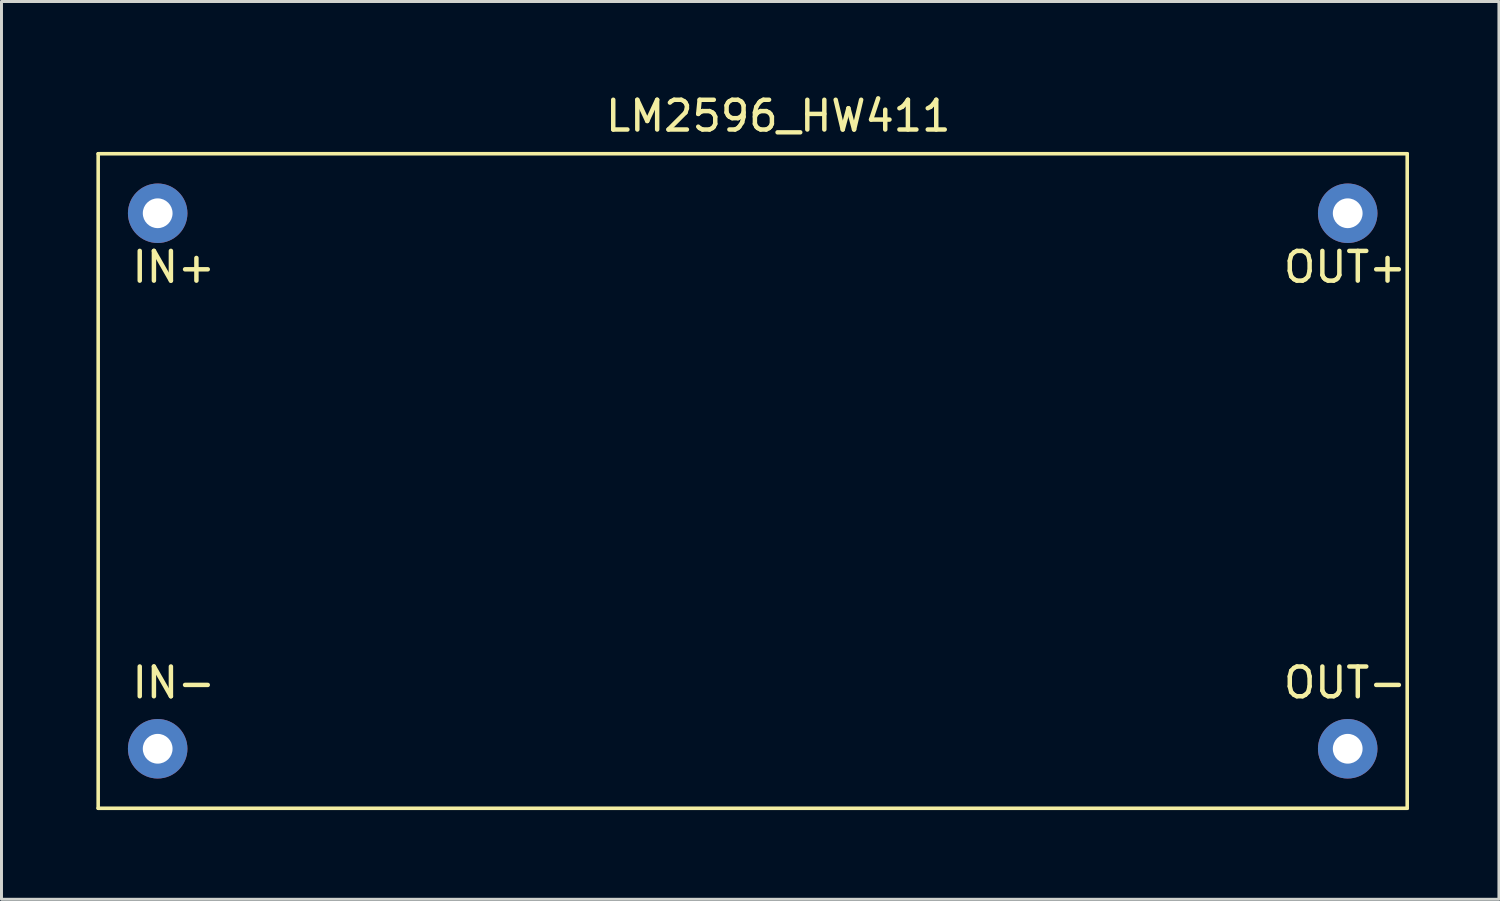
<source format=kicad_pcb>
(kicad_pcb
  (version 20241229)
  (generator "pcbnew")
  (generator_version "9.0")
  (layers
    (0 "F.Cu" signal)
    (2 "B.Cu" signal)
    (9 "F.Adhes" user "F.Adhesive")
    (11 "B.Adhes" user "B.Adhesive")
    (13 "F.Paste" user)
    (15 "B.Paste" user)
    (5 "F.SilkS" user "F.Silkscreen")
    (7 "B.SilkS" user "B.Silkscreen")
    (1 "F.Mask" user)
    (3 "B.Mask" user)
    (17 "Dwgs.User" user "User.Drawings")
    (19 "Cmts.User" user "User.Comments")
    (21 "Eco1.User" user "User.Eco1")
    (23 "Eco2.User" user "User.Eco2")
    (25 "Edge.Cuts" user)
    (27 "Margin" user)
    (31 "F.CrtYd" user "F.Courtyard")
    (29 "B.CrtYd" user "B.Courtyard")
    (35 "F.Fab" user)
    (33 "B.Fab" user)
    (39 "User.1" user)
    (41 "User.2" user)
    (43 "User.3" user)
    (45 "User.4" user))
  (footprint "LM2596_HW411"
    (layer "F.Cu")
    (at 0.25 2.118)
    (property "Reference" "LM2596_HW411" (at 22.86 -1.27 0) (layer "F.SilkS") (effects (font (size 1 1) (thickness 0.15))))
    (attr through_hole)
    (fp_line (start 0 0) (end 0 22) (stroke (width 0.12) (type solid)) (layer "F.SilkS"))
    (fp_line (start 0 0) (end 44 0) (stroke (width 0.12) (type solid)) (layer "F.SilkS"))
    (fp_line (start 0 22) (end 44 22) (stroke (width 0.12) (type solid)) (layer "F.SilkS"))
    (fp_line (start 44 22) (end 44 0) (stroke (width 0.12) (type solid)) (layer "F.SilkS"))
    (fp_text user "OUT-" (at 41.91 17.78 0) (layer "F.SilkS") (effects (font (size 1 1) (thickness 0.15))))
    (fp_text user "OUT+" (at 41.91 3.81 0) (layer "F.SilkS") (effects (font (size 1 1) (thickness 0.15))))
    (fp_text user "IN-" (at 2.54 17.78 0) (layer "F.SilkS") (effects (font (size 1 1) (thickness 0.15))))
    (fp_text user "IN+" (at 2.54 3.81 0) (layer "F.SilkS") (effects (font (size 1 1) (thickness 0.15))))
    (pad "1" thru_hole circle (at 2 2) (size 2 2) (drill 1) (layers "*.Cu" "*.Mask"))
    (pad "2" thru_hole circle (at 2 20) (size 2 2) (drill 1) (layers "*.Cu" "*.Mask"))
    (pad "3" thru_hole circle (at 42 20) (size 2 2) (drill 1) (layers "*.Cu" "*.Mask"))
    (pad "4" thru_hole circle (at 42 2) (size 2 2) (drill 1) (layers "*.Cu" "*.Mask")))
  (gr_rect
    (start -3 -3)
    (end 47.333 27.178)
    (stroke (width 0.1) (type default))
    (fill no)
    (layer "Edge.Cuts")))
</source>
